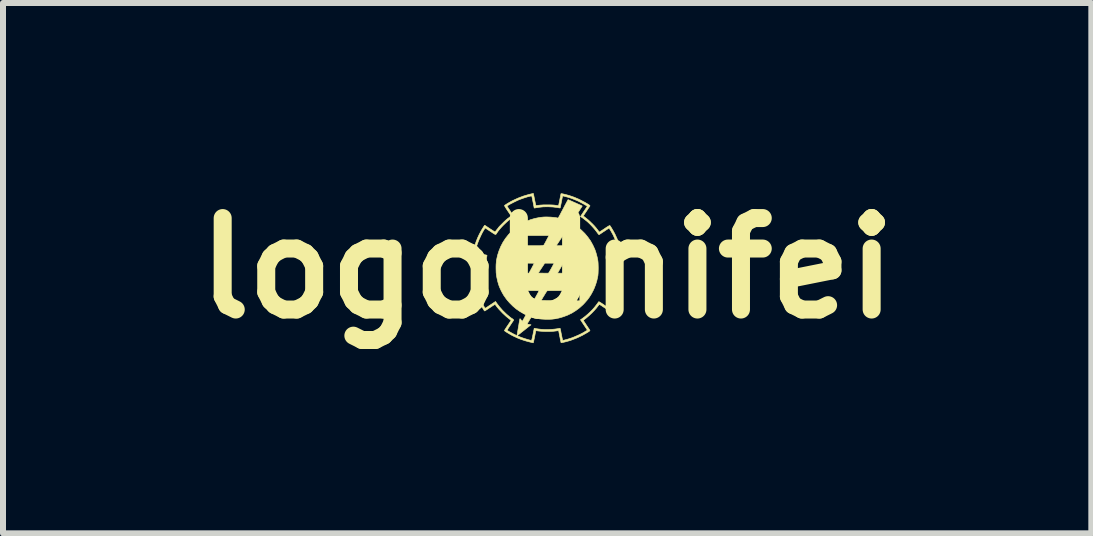
<source format=kicad_pcb>
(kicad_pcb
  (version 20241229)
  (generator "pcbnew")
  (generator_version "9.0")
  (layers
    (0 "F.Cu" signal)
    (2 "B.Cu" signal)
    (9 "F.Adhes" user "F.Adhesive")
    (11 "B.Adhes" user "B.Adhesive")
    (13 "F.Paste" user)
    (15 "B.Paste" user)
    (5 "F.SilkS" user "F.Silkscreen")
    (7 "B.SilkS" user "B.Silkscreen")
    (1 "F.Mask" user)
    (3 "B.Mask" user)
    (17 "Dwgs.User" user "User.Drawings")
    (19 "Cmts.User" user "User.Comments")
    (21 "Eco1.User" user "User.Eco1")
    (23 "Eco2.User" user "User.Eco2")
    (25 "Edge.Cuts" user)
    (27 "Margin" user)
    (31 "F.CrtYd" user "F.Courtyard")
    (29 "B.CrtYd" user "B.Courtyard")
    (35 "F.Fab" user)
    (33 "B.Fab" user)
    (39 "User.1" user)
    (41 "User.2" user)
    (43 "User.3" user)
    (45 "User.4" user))
  (footprint "logoUnifei"
    (layer "F.Cu")
    (at 6.067 1.418)
    (property "Reference" "logoUnifei" (at 0 0 0) (layer "F.SilkS") (effects (font (size 1.524 1.524) (thickness 0.3))))
    (attr through_hole)
    (fp_poly (pts (xy -0.21 -1.147) (xy -0.205 -1.121) (xy -0.2 -1.097) (xy -0.196 -1.077) (xy -0.192 -1.061) (xy -0.19 -1.05) (xy -0.189 -1.045) (xy -0.189 -1.045) (xy -0.184 -1.043) (xy -0.173 -1.044) (xy -0.155 -1.046) (xy -0.145 -1.047) (xy -0.122 -1.05) (xy -0.093 -1.052) (xy -0.061 -1.054) (xy -0.025 -1.054) (xy 0.011 -1.054) (xy 0.047 -1.054) (xy 0.081 -1.053) (xy 0.112 -1.051) (xy 0.138 -1.048) (xy 0.143 -1.047) (xy 0.16 -1.045) (xy 0.175 -1.043) (xy 0.185 -1.042) (xy 0.19 -1.042) (xy 0.19 -1.042) (xy 0.191 -1.046) (xy 0.193 -1.056) (xy 0.196 -1.071) (xy 0.2 -1.09) (xy 0.205 -1.113) (xy 0.21 -1.139) (xy 0.21 -1.139) (xy 0.215 -1.165) (xy 0.22 -1.188) (xy 0.224 -1.208) (xy 0.227 -1.224) (xy 0.229 -1.235) (xy 0.23 -1.24) (xy 0.23 -1.24) (xy 0.233 -1.241) (xy 0.241 -1.241) (xy 0.254 -1.239) (xy 0.264 -1.237) (xy 0.301 -1.228) (xy 0.336 -1.219) (xy 0.369 -1.21) (xy 0.403 -1.198) (xy 0.441 -1.185) (xy 0.473 -1.172) (xy 0.496 -1.162) (xy 0.522 -1.151) (xy 0.549 -1.138) (xy 0.576 -1.124) (xy 0.602 -1.11) (xy 0.628 -1.097) (xy 0.651 -1.083) (xy 0.672 -1.071) (xy 0.69 -1.06) (xy 0.703 -1.05) (xy 0.711 -1.043) (xy 0.713 -1.038) (xy 0.713 -1.038) (xy 0.711 -1.034) (xy 0.705 -1.025) (xy 0.696 -1.011) (xy 0.684 -0.994) (xy 0.671 -0.974) (xy 0.657 -0.952) (xy 0.656 -0.951) (xy 0.601 -0.869) (xy 0.611 -0.862) (xy 0.647 -0.834) (xy 0.685 -0.803) (xy 0.721 -0.77) (xy 0.74 -0.751) (xy 0.758 -0.734) (xy 0.772 -0.719) (xy 0.784 -0.707) (xy 0.794 -0.695) (xy 0.805 -0.683) (xy 0.816 -0.67) (xy 0.828 -0.654) (xy 0.843 -0.635) (xy 0.861 -0.611) (xy 0.87 -0.601) (xy 0.955 -0.657) (xy 0.982 -0.676) (xy 1.004 -0.69) (xy 1.021 -0.7) (xy 1.033 -0.707) (xy 1.04 -0.71) (xy 1.044 -0.71) (xy 1.044 -0.71) (xy 1.049 -0.705) (xy 1.056 -0.694) (xy 1.066 -0.679) (xy 1.077 -0.661) (xy 1.089 -0.64) (xy 1.102 -0.619) (xy 1.113 -0.598) (xy 1.124 -0.578) (xy 1.128 -0.571) (xy 1.165 -0.49) (xy 1.197 -0.405) (xy 1.224 -0.319) (xy 1.243 -0.241) (xy 1.245 -0.23) (xy 1.146 -0.211) (xy 1.12 -0.206) (xy 1.096 -0.201) (xy 1.076 -0.196) (xy 1.06 -0.193) (xy 1.049 -0.19) (xy 1.044 -0.189) (xy 1.044 -0.189) (xy 1.043 -0.184) (xy 1.044 -0.174) (xy 1.045 -0.16) (xy 1.047 -0.145) (xy 1.05 -0.123) (xy 1.052 -0.095) (xy 1.053 -0.063) (xy 1.054 -0.029) (xy 1.054 0.007) (xy 1.054 0.043) (xy 1.053 0.076) (xy 1.051 0.107) (xy 1.049 0.133) (xy 1.047 0.143) (xy 1.045 0.16) (xy 1.044 0.174) (xy 1.043 0.184) (xy 1.044 0.189) (xy 1.044 0.189) (xy 1.048 0.19) (xy 1.058 0.193) (xy 1.074 0.196) (xy 1.094 0.2) (xy 1.117 0.205) (xy 1.143 0.21) (xy 1.146 0.211) (xy 1.175 0.217) (xy 1.197 0.221) (xy 1.215 0.225) (xy 1.227 0.228) (xy 1.235 0.23) (xy 1.24 0.232) (xy 1.242 0.234) (xy 1.243 0.236) (xy 1.243 0.238) (xy 1.22 0.33) (xy 1.193 0.418) (xy 1.16 0.503) (xy 1.12 0.584) (xy 1.085 0.648) (xy 1.074 0.666) (xy 1.064 0.682) (xy 1.055 0.696) (xy 1.049 0.705) (xy 1.047 0.709) (xy 1.045 0.711) (xy 1.042 0.712) (xy 1.039 0.711) (xy 1.033 0.709) (xy 1.024 0.704) (xy 1.013 0.696) (xy 0.997 0.686) (xy 0.976 0.672) (xy 0.956 0.659) (xy 0.934 0.645) (xy 0.914 0.631) (xy 0.897 0.62) (xy 0.883 0.611) (xy 0.874 0.605) (xy 0.87 0.602) (xy 0.87 0.602) (xy 0.867 0.605) (xy 0.861 0.612) (xy 0.854 0.621) (xy 0.822 0.663) (xy 0.785 0.705) (xy 0.744 0.748) (xy 0.7 0.789) (xy 0.655 0.828) (xy 0.611 0.862) (xy 0.601 0.869) (xy 0.656 0.952) (xy 0.671 0.974) (xy 0.684 0.994) (xy 0.696 1.011) (xy 0.705 1.025) (xy 0.711 1.035) (xy 0.713 1.039) (xy 0.713 1.039) (xy 0.711 1.043) (xy 0.703 1.05) (xy 0.689 1.06) (xy 0.669 1.073) (xy 0.665 1.075) (xy 0.584 1.121) (xy 0.5 1.161) (xy 0.413 1.195) (xy 0.386 1.205) (xy 0.366 1.211) (xy 0.345 1.217) (xy 0.322 1.223) (xy 0.3 1.229) (xy 0.279 1.234) (xy 0.261 1.238) (xy 0.246 1.241) (xy 0.236 1.242) (xy 0.232 1.242) (xy 0.23 1.238) (xy 0.228 1.227) (xy 0.225 1.212) (xy 0.22 1.192) (xy 0.216 1.169) (xy 0.211 1.143) (xy 0.21 1.14) (xy 0.191 1.041) (xy 0.176 1.043) (xy 0.137 1.048) (xy 0.102 1.052) (xy 0.068 1.054) (xy 0.032 1.055) (xy -0.007 1.055) (xy -0.025 1.055) (xy -0.059 1.054) (xy -0.09 1.052) (xy -0.117 1.05) (xy -0.139 1.048) (xy -0.148 1.047) (xy -0.167 1.044) (xy -0.181 1.043) (xy -0.188 1.044) (xy -0.188 1.044) (xy -0.19 1.049) (xy -0.192 1.059) (xy -0.195 1.075) (xy -0.2 1.095) (xy -0.204 1.119) (xy -0.21 1.144) (xy -0.21 1.146) (xy -0.215 1.172) (xy -0.22 1.195) (xy -0.224 1.215) (xy -0.228 1.23) (xy -0.23 1.24) (xy -0.232 1.244) (xy -0.232 1.244) (xy -0.237 1.243) (xy -0.241 1.242) (xy -0.3 1.228) (xy -0.352 1.214) (xy -0.4 1.199) (xy -0.446 1.183) (xy -0.474 1.172) (xy -0.489 1.166) (xy -0.503 1.16) (xy -0.512 1.156) (xy -0.516 1.155) (xy -0.522 1.152) (xy -0.523 1.15) (xy -0.525 1.147) (xy -0.528 1.147) (xy -0.535 1.145) (xy -0.547 1.14) (xy -0.562 1.132) (xy -0.58 1.123) (xy -0.601 1.112) (xy -0.622 1.1) (xy -0.642 1.088) (xy -0.662 1.076) (xy -0.68 1.065) (xy -0.695 1.055) (xy -0.706 1.047) (xy -0.712 1.041) (xy -0.712 1.04) (xy -0.71 1.036) (xy -0.705 1.027) (xy -0.696 1.013) (xy -0.685 0.996) (xy -0.672 0.976) (xy -0.657 0.955) (xy -0.656 0.953) (xy -0.601 0.87) (xy -0.611 0.862) (xy -0.679 0.808) (xy -0.744 0.748) (xy -0.806 0.682) (xy -0.836 0.646) (xy -0.841 0.639) (xy -0.849 0.628) (xy -0.855 0.62) (xy -0.862 0.611) (xy -0.867 0.604) (xy -0.869 0.602) (xy -0.873 0.604) (xy -0.881 0.61) (xy -0.894 0.618) (xy -0.911 0.629) (xy -0.93 0.642) (xy -0.952 0.656) (xy -0.953 0.657) (xy -0.975 0.671) (xy -0.995 0.685) (xy -1.012 0.696) (xy -1.026 0.705) (xy -1.035 0.711) (xy -1.039 0.713) (xy -1.039 0.713) (xy -1.044 0.712) (xy -1.05 0.705) (xy -1.051 0.703) (xy -1.056 0.696) (xy -1.063 0.683) (xy -1.073 0.668) (xy -1.083 0.652) (xy -1.083 0.652) (xy -1.115 0.595) (xy -1.145 0.535) (xy -1.173 0.471) (xy -1.198 0.406) (xy -1.218 0.341) (xy -1.235 0.278) (xy -1.239 0.259) (xy -1.203 0.259) (xy -1.203 0.263) (xy -1.201 0.273) (xy -1.198 0.288) (xy -1.193 0.306) (xy -1.188 0.326) (xy -1.182 0.348) (xy -1.175 0.369) (xy -1.169 0.389) (xy -1.165 0.401) (xy -1.145 0.454) (xy -1.121 0.509) (xy -1.095 0.563) (xy -1.067 0.615) (xy -1.038 0.662) (xy -1.038 0.663) (xy -1.036 0.665) (xy -1.034 0.666) (xy -1.031 0.666) (xy -1.026 0.664) (xy -1.018 0.66) (xy -1.007 0.653) (xy -0.992 0.643) (xy -0.973 0.63) (xy -0.948 0.614) (xy -0.947 0.613) (xy -0.86 0.555) (xy -0.84 0.585) (xy -0.793 0.646) (xy -0.744 0.702) (xy -0.69 0.755) (xy -0.662 0.78) (xy -0.645 0.794) (xy -0.632 0.805) (xy -0.623 0.813) (xy -0.615 0.819) (xy -0.607 0.825) (xy -0.598 0.832) (xy -0.586 0.839) (xy -0.583 0.841) (xy -0.57 0.851) (xy -0.561 0.859) (xy -0.558 0.864) (xy -0.558 0.865) (xy -0.56 0.869) (xy -0.566 0.878) (xy -0.575 0.892) (xy -0.587 0.909) (xy -0.6 0.929) (xy -0.614 0.95) (xy -0.628 0.971) (xy -0.641 0.991) (xy -0.652 1.008) (xy -0.66 1.021) (xy -0.666 1.03) (xy -0.668 1.033) (xy -0.665 1.037) (xy -0.656 1.043) (xy -0.644 1.051) (xy -0.628 1.06) (xy -0.609 1.07) (xy -0.59 1.081) (xy -0.57 1.092) (xy -0.551 1.101) (xy -0.534 1.11) (xy -0.52 1.117) (xy -0.509 1.121) (xy -0.504 1.122) (xy -0.503 1.122) (xy -0.502 1.118) (xy -0.5 1.108) (xy -0.498 1.092) (xy -0.494 1.071) (xy -0.49 1.046) (xy -0.485 1.018) (xy -0.48 0.988) (xy -0.479 0.981) (xy -0.473 0.95) (xy -0.469 0.922) (xy -0.464 0.896) (xy -0.46 0.875) (xy -0.457 0.858) (xy -0.455 0.847) (xy -0.453 0.842) (xy -0.453 0.842) (xy -0.45 0.844) (xy -0.444 0.851) (xy -0.435 0.861) (xy -0.434 0.864) (xy -0.425 0.874) (xy -0.418 0.882) (xy -0.414 0.885) (xy -0.414 0.885) (xy -0.412 0.882) (xy -0.407 0.874) (xy -0.4 0.862) (xy -0.391 0.848) (xy -0.383 0.832) (xy -0.374 0.817) (xy -0.367 0.802) (xy -0.361 0.791) (xy -0.357 0.783) (xy -0.356 0.781) (xy -0.359 0.778) (xy -0.367 0.772) (xy -0.378 0.765) (xy -0.383 0.763) (xy -0.45 0.725) (xy -0.514 0.681) (xy -0.573 0.631) (xy -0.628 0.576) (xy -0.658 0.541) (xy -0.537 0.541) (xy -0.536 0.542) (xy -0.531 0.542) (xy -0.523 0.543) (xy -0.511 0.543) (xy -0.494 0.544) (xy -0.472 0.544) (xy -0.445 0.544) (xy -0.411 0.544) (xy -0.383 0.543) (xy -0.225 0.542) (xy -0.225 0.542) (xy -0.102 0.542) (xy -0.098 0.542) (xy -0.088 0.543) (xy -0.071 0.543) (xy -0.049 0.543) (xy -0.022 0.544) (xy 0.01 0.544) (xy 0.047 0.544) (xy 0.087 0.544) (xy 0.13 0.544) (xy 0.175 0.544) (xy 0.221 0.544) (xy 0.544 0.544) (xy 0.544 0.374) (xy 0.274 0.374) (xy 0.224 0.374) (xy 0.179 0.374) (xy 0.142 0.374) (xy 0.11 0.374) (xy 0.083 0.374) (xy 0.061 0.374) (xy 0.043 0.375) (xy 0.029 0.375) (xy 0.018 0.376) (xy 0.01 0.376) (xy 0.005 0.377) (xy 0.001 0.378) (xy -0.001 0.379) (xy -0.003 0.38) (xy -0.006 0.384) (xy -0.013 0.394) (xy -0.021 0.407) (xy -0.032 0.424) (xy -0.043 0.442) (xy -0.055 0.462) (xy -0.067 0.481) (xy -0.078 0.5) (xy -0.087 0.516) (xy -0.095 0.529) (xy -0.1 0.538) (xy -0.102 0.542) (xy -0.225 0.542) (xy -0.18 0.461) (xy -0.168 0.439) (xy -0.157 0.419) (xy -0.148 0.401) (xy -0.142 0.388) (xy -0.138 0.379) (xy -0.137 0.376) (xy -0.141 0.376) (xy -0.151 0.375) (xy -0.166 0.375) (xy -0.187 0.374) (xy -0.21 0.374) (xy -0.237 0.374) (xy -0.243 0.374) (xy -0.348 0.374) (xy -0.373 0.394) (xy -0.386 0.406) (xy -0.398 0.416) (xy -0.408 0.425) (xy -0.41 0.427) (xy -0.417 0.433) (xy -0.428 0.443) (xy -0.442 0.455) (xy -0.459 0.47) (xy -0.476 0.485) (xy -0.477 0.486) (xy -0.494 0.501) (xy -0.51 0.515) (xy -0.522 0.526) (xy -0.532 0.535) (xy -0.537 0.539) (xy -0.537 0.539) (xy -0.537 0.541) (xy -0.658 0.541) (xy -0.679 0.516) (xy -0.724 0.452) (xy -0.725 0.451) (xy -0.738 0.428) (xy -0.753 0.401) (xy -0.768 0.372) (xy -0.782 0.342) (xy -0.794 0.315) (xy -0.802 0.294) (xy -0.812 0.264) (xy -0.822 0.229) (xy -0.831 0.191) (xy -0.839 0.154) (xy -0.845 0.119) (xy -0.847 0.103) (xy -0.85 0.076) (xy -0.851 0.043) (xy -0.852 0.008) (xy -0.852 -0.028) (xy -0.851 -0.063) (xy -0.848 -0.095) (xy -0.846 -0.123) (xy -0.844 -0.134) (xy -0.827 -0.213) (xy -0.803 -0.288) (xy -0.773 -0.361) (xy -0.737 -0.43) (xy -0.695 -0.495) (xy -0.656 -0.544) (xy -0.544 -0.544) (xy -0.544 0.539) (xy -0.53 0.513) (xy -0.526 0.505) (xy -0.518 0.49) (xy -0.508 0.471) (xy -0.495 0.448) (xy -0.482 0.422) (xy -0.467 0.394) (xy -0.451 0.365) (xy -0.446 0.356) (xy -0.376 0.223) (xy -0.374 0.153) (xy -0.373 0.083) (xy -0.339 0.084) (xy -0.324 0.084) (xy -0.312 0.083) (xy -0.304 0.083) (xy -0.302 0.082) (xy -0.302 0.082) (xy -0.149 0.082) (xy -0.072 0.083) (xy -0.048 0.084) (xy -0.026 0.084) (xy -0.008 0.084) (xy 0.006 0.084) (xy 0.015 0.084) (xy 0.016 0.083) (xy 0.021 0.082) (xy 0.174 0.082) (xy 0.178 0.083) (xy 0.188 0.084) (xy 0.205 0.084) (xy 0.228 0.084) (xy 0.257 0.084) (xy 0.291 0.084) (xy 0.313 0.084) (xy 0.314 0.08) (xy 0.314 0.07) (xy 0.315 0.055) (xy 0.315 0.036) (xy 0.316 0.014) (xy 0.316 0) (xy 0.316 -0.083) (xy 0.293 -0.083) (xy 0.27 -0.083) (xy 0.222 -0.002) (xy 0.209 0.02) (xy 0.198 0.04) (xy 0.188 0.057) (xy 0.18 0.07) (xy 0.176 0.079) (xy 0.174 0.082) (xy 0.021 0.082) (xy 0.021 0.082) (xy 0.025 0.079) (xy 0.03 0.073) (xy 0.036 0.063) (xy 0.044 0.049) (xy 0.053 0.033) (xy 0.065 0.012) (xy 0.077 -0.01) (xy 0.088 -0.03) (xy 0.097 -0.047) (xy 0.098 -0.05) (xy 0.117 -0.083) (xy -0.04 -0.083) (xy -0.149 0.082) (xy -0.302 0.082) (xy -0.3 0.078) (xy -0.295 0.069) (xy -0.287 0.055) (xy -0.278 0.037) (xy -0.267 0.017) (xy -0.257 -0.001) (xy -0.215 -0.082) (xy -0.294 -0.083) (xy -0.374 -0.084) (xy -0.374 -0.374) (xy -0.218 -0.374) (xy 0.152 -0.374) (xy 0.344 -0.374) (xy 0.346 -0.375) (xy 0.446 -0.375) (xy 0.45 -0.375) (xy 0.459 -0.374) (xy 0.473 -0.374) (xy 0.49 -0.374) (xy 0.495 -0.374) (xy 0.544 -0.374) (xy 0.544 -0.456) (xy 0.544 -0.479) (xy 0.544 -0.5) (xy 0.544 -0.517) (xy 0.543 -0.529) (xy 0.543 -0.536) (xy 0.542 -0.536) (xy 0.54 -0.533) (xy 0.535 -0.524) (xy 0.527 -0.511) (xy 0.517 -0.495) (xy 0.506 -0.477) (xy 0.495 -0.458) (xy 0.483 -0.438) (xy 0.472 -0.42) (xy 0.462 -0.403) (xy 0.455 -0.39) (xy 0.449 -0.38) (xy 0.446 -0.375) (xy 0.446 -0.375) (xy 0.346 -0.375) (xy 0.438 -0.454) (xy 0.46 -0.473) (xy 0.481 -0.491) (xy 0.5 -0.507) (xy 0.515 -0.52) (xy 0.527 -0.531) (xy 0.535 -0.537) (xy 0.537 -0.539) (xy 0.537 -0.541) (xy 0.535 -0.542) (xy 0.53 -0.542) (xy 0.521 -0.543) (xy 0.508 -0.544) (xy 0.49 -0.544) (xy 0.467 -0.544) (xy 0.437 -0.544) (xy 0.403 -0.544) (xy 0.263 -0.544) (xy 0.214 -0.469) (xy 0.2 -0.448) (xy 0.187 -0.428) (xy 0.175 -0.41) (xy 0.166 -0.397) (xy 0.16 -0.387) (xy 0.158 -0.384) (xy 0.152 -0.374) (xy -0.218 -0.374) (xy -0.179 -0.374) (xy -0.146 -0.374) (xy -0.119 -0.374) (xy -0.098 -0.375) (xy -0.083 -0.375) (xy -0.071 -0.376) (xy -0.064 -0.377) (xy -0.06 -0.378) (xy -0.059 -0.378) (xy -0.056 -0.383) (xy -0.051 -0.392) (xy -0.043 -0.406) (xy -0.034 -0.422) (xy -0.024 -0.441) (xy -0.013 -0.461) (xy -0.003 -0.481) (xy 0.007 -0.5) (xy 0.016 -0.516) (xy 0.023 -0.53) (xy 0.027 -0.539) (xy 0.029 -0.543) (xy 0.029 -0.543) (xy 0.025 -0.543) (xy 0.015 -0.543) (xy -0.001 -0.543) (xy -0.023 -0.544) (xy -0.05 -0.544) (xy -0.082 -0.544) (xy -0.118 -0.544) (xy -0.157 -0.544) (xy -0.198 -0.544) (xy -0.243 -0.544) (xy -0.258 -0.544) (xy -0.544 -0.544) (xy -0.656 -0.544) (xy -0.647 -0.556) (xy -0.593 -0.613) (xy -0.534 -0.665) (xy -0.484 -0.702) (xy -0.419 -0.743) (xy -0.352 -0.778) (xy -0.281 -0.806) (xy -0.207 -0.828) (xy -0.129 -0.844) (xy -0.087 -0.849) (xy -0.055 -0.852) (xy -0.017 -0.853) (xy 0.024 -0.852) (xy 0.065 -0.85) (xy 0.105 -0.846) (xy 0.143 -0.842) (xy 0.173 -0.836) (xy 0.175 -0.836) (xy 0.177 -0.835) (xy 0.179 -0.834) (xy 0.181 -0.835) (xy 0.183 -0.837) (xy 0.186 -0.841) (xy 0.19 -0.847) (xy 0.196 -0.856) (xy 0.203 -0.869) (xy 0.212 -0.885) (xy 0.223 -0.906) (xy 0.236 -0.932) (xy 0.253 -0.963) (xy 0.272 -1) (xy 0.274 -1.003) (xy 0.287 -1.029) (xy 0.3 -1.053) (xy 0.312 -1.075) (xy 0.322 -1.094) (xy 0.33 -1.109) (xy 0.336 -1.119) (xy 0.336 -1.12) (xy 0.348 -1.142) (xy 0.433 -1.104) (xy 0.458 -1.093) (xy 0.483 -1.082) (xy 0.507 -1.071) (xy 0.527 -1.062) (xy 0.543 -1.055) (xy 0.551 -1.052) (xy 0.565 -1.045) (xy 0.576 -1.04) (xy 0.583 -1.036) (xy 0.584 -1.034) (xy 0.582 -1.031) (xy 0.577 -1.022) (xy 0.568 -1.009) (xy 0.557 -0.992) (xy 0.544 -0.972) (xy 0.53 -0.95) (xy 0.527 -0.945) (xy 0.501 -0.905) (xy 0.478 -0.871) (xy 0.459 -0.842) (xy 0.444 -0.819) (xy 0.431 -0.799) (xy 0.421 -0.784) (xy 0.414 -0.772) (xy 0.408 -0.763) (xy 0.405 -0.758) (xy 0.403 -0.755) (xy 0.403 -0.754) (xy 0.407 -0.751) (xy 0.415 -0.746) (xy 0.427 -0.738) (xy 0.442 -0.729) (xy 0.448 -0.726) (xy 0.512 -0.682) (xy 0.572 -0.632) (xy 0.627 -0.578) (xy 0.677 -0.518) (xy 0.722 -0.455) (xy 0.76 -0.387) (xy 0.793 -0.316) (xy 0.797 -0.305) (xy 0.81 -0.268) (xy 0.822 -0.227) (xy 0.833 -0.184) (xy 0.842 -0.141) (xy 0.844 -0.129) (xy 0.847 -0.107) (xy 0.849 -0.08) (xy 0.85 -0.049) (xy 0.851 -0.016) (xy 0.851 0.018) (xy 0.85 0.051) (xy 0.849 0.082) (xy 0.847 0.109) (xy 0.845 0.131) (xy 0.844 0.132) (xy 0.829 0.203) (xy 0.809 0.27) (xy 0.784 0.335) (xy 0.767 0.372) (xy 0.737 0.429) (xy 0.705 0.48) (xy 0.669 0.529) (xy 0.628 0.576) (xy 0.596 0.61) (xy 0.538 0.662) (xy 0.476 0.708) (xy 0.41 0.749) (xy 0.34 0.783) (xy 0.268 0.81) (xy 0.192 0.832) (xy 0.114 0.846) (xy 0.091 0.849) (xy 0.066 0.851) (xy 0.036 0.852) (xy 0.003 0.852) (xy -0.032 0.852) (xy -0.066 0.85) (xy -0.099 0.848) (xy -0.127 0.845) (xy -0.142 0.842) (xy -0.161 0.839) (xy -0.182 0.834) (xy -0.204 0.829) (xy -0.225 0.824) (xy -0.242 0.82) (xy -0.255 0.816) (xy -0.258 0.815) (xy -0.261 0.815) (xy -0.265 0.819) (xy -0.271 0.826) (xy -0.279 0.838) (xy -0.29 0.855) (xy -0.299 0.871) (xy -0.31 0.889) (xy -0.32 0.906) (xy -0.327 0.919) (xy -0.331 0.927) (xy -0.333 0.931) (xy -0.333 0.931) (xy -0.329 0.932) (xy -0.319 0.935) (xy -0.306 0.937) (xy -0.3 0.938) (xy -0.269 0.944) (xy -0.295 0.964) (xy -0.308 0.974) (xy -0.324 0.987) (xy -0.343 1.002) (xy -0.361 1.016) (xy -0.363 1.018) (xy -0.382 1.033) (xy -0.404 1.05) (xy -0.427 1.068) (xy -0.448 1.085) (xy -0.45 1.087) (xy -0.465 1.099) (xy -0.479 1.109) (xy -0.489 1.118) (xy -0.495 1.122) (xy -0.497 1.124) (xy -0.497 1.125) (xy -0.495 1.127) (xy -0.489 1.13) (xy -0.478 1.135) (xy -0.462 1.142) (xy -0.46 1.143) (xy -0.437 1.152) (xy -0.412 1.161) (xy -0.386 1.17) (xy -0.36 1.178) (xy -0.335 1.186) (xy -0.311 1.193) (xy -0.291 1.198) (xy -0.275 1.202) (xy -0.264 1.203) (xy -0.261 1.203) (xy -0.259 1.201) (xy -0.257 1.195) (xy -0.254 1.184) (xy -0.25 1.167) (xy -0.245 1.145) (xy -0.239 1.116) (xy -0.236 1.103) (xy -0.231 1.077) (xy -0.227 1.054) (xy -0.222 1.034) (xy -0.219 1.018) (xy -0.217 1.007) (xy -0.216 1.002) (xy -0.216 1.002) (xy -0.212 1.003) (xy -0.203 1.004) (xy -0.191 1.006) (xy -0.19 1.007) (xy -0.143 1.014) (xy -0.092 1.02) (xy -0.036 1.023) (xy 0.02 1.023) (xy 0.077 1.02) (xy 0.131 1.015) (xy 0.182 1.008) (xy 0.188 1.007) (xy 0.201 1.004) (xy 0.211 1.003) (xy 0.216 1.003) (xy 0.216 1.003) (xy 0.217 1.006) (xy 0.219 1.016) (xy 0.223 1.031) (xy 0.227 1.051) (xy 0.231 1.074) (xy 0.236 1.099) (xy 0.237 1.102) (xy 0.242 1.128) (xy 0.247 1.152) (xy 0.251 1.172) (xy 0.255 1.188) (xy 0.257 1.198) (xy 0.258 1.203) (xy 0.258 1.203) (xy 0.263 1.203) (xy 0.273 1.201) (xy 0.288 1.198) (xy 0.306 1.193) (xy 0.327 1.188) (xy 0.35 1.181) (xy 0.372 1.174) (xy 0.381 1.171) (xy 0.412 1.161) (xy 0.445 1.148) (xy 0.48 1.133) (xy 0.515 1.118) (xy 0.549 1.102) (xy 0.58 1.086) (xy 0.607 1.072) (xy 0.629 1.058) (xy 0.634 1.055) (xy 0.643 1.049) (xy 0.649 1.046) (xy 0.651 1.045) (xy 0.656 1.043) (xy 0.662 1.039) (xy 0.671 1.034) (xy 0.555 0.86) (xy 0.585 0.84) (xy 0.634 0.803) (xy 0.683 0.761) (xy 0.718 0.728) (xy 0.737 0.709) (xy 0.754 0.692) (xy 0.769 0.675) (xy 0.785 0.657) (xy 0.801 0.637) (xy 0.819 0.614) (xy 0.839 0.587) (xy 0.857 0.561) (xy 0.859 0.56) (xy 0.862 0.56) (xy 0.866 0.561) (xy 0.873 0.564) (xy 0.883 0.57) (xy 0.896 0.578) (xy 0.914 0.59) (xy 0.937 0.605) (xy 0.948 0.613) (xy 1.034 0.67) (xy 1.054 0.639) (xy 1.075 0.601) (xy 1.098 0.558) (xy 1.12 0.513) (xy 1.14 0.466) (xy 1.158 0.421) (xy 1.168 0.393) (xy 1.175 0.371) (xy 1.182 0.347) (xy 1.189 0.325) (xy 1.194 0.304) (xy 1.199 0.285) (xy 1.202 0.271) (xy 1.203 0.261) (xy 1.202 0.258) (xy 1.198 0.256) (xy 1.188 0.254) (xy 1.172 0.25) (xy 1.152 0.246) (xy 1.129 0.242) (xy 1.103 0.236) (xy 1.1 0.236) (xy 1.075 0.231) (xy 1.051 0.226) (xy 1.032 0.222) (xy 1.016 0.218) (xy 1.006 0.216) (xy 1.002 0.215) (xy 1.002 0.214) (xy 1.002 0.21) (xy 1.004 0.201) (xy 1.005 0.197) (xy 1.011 0.166) (xy 1.016 0.128) (xy 1.02 0.086) (xy 1.022 0.04) (xy 1.022 0.03) (xy 1.023 -0.028) (xy 1.02 -0.082) (xy 1.015 -0.134) (xy 1.007 -0.186) (xy 1.003 -0.205) (xy 1.001 -0.216) (xy 1.1 -0.236) (xy 1.126 -0.241) (xy 1.15 -0.246) (xy 1.17 -0.25) (xy 1.186 -0.253) (xy 1.197 -0.256) (xy 1.202 -0.257) (xy 1.202 -0.257) (xy 1.202 -0.262) (xy 1.2 -0.272) (xy 1.197 -0.287) (xy 1.192 -0.305) (xy 1.187 -0.326) (xy 1.18 -0.348) (xy 1.174 -0.37) (xy 1.167 -0.391) (xy 1.165 -0.397) (xy 1.151 -0.435) (xy 1.135 -0.474) (xy 1.117 -0.513) (xy 1.101 -0.549) (xy 1.092 -0.566) (xy 1.083 -0.582) (xy 1.073 -0.6) (xy 1.063 -0.618) (xy 1.053 -0.634) (xy 1.044 -0.649) (xy 1.038 -0.66) (xy 1.033 -0.666) (xy 1.032 -0.668) (xy 1.028 -0.666) (xy 1.02 -0.66) (xy 1.007 -0.652) (xy 0.99 -0.641) (xy 0.971 -0.628) (xy 0.95 -0.614) (xy 0.928 -0.6) (xy 0.908 -0.586) (xy 0.891 -0.575) (xy 0.878 -0.566) (xy 0.869 -0.56) (xy 0.865 -0.558) (xy 0.861 -0.559) (xy 0.854 -0.567) (xy 0.844 -0.579) (xy 0.84 -0.585) (xy 0.814 -0.62) (xy 0.785 -0.656) (xy 0.752 -0.693) (xy 0.719 -0.728) (xy 0.687 -0.759) (xy 0.682 -0.764) (xy 0.67 -0.774) (xy 0.655 -0.787) (xy 0.637 -0.801) (xy 0.619 -0.815) (xy 0.601 -0.829) (xy 0.586 -0.84) (xy 0.575 -0.847) (xy 0.574 -0.848) (xy 0.555 -0.86) (xy 0.612 -0.946) (xy 0.669 -1.031) (xy 0.66 -1.038) (xy 0.652 -1.043) (xy 0.639 -1.051) (xy 0.622 -1.061) (xy 0.602 -1.072) (xy 0.582 -1.083) (xy 0.562 -1.094) (xy 0.544 -1.103) (xy 0.535 -1.108) (xy 0.502 -1.124) (xy 0.465 -1.139) (xy 0.428 -1.154) (xy 0.393 -1.167) (xy 0.388 -1.168) (xy 0.372 -1.174) (xy 0.354 -1.179) (xy 0.334 -1.185) (xy 0.314 -1.19) (xy 0.296 -1.195) (xy 0.28 -1.199) (xy 0.267 -1.202) (xy 0.26 -1.203) (xy 0.258 -1.203) (xy 0.257 -1.199) (xy 0.255 -1.189) (xy 0.251 -1.174) (xy 0.247 -1.154) (xy 0.243 -1.131) (xy 0.237 -1.105) (xy 0.237 -1.102) (xy 0.232 -1.077) (xy 0.227 -1.053) (xy 0.223 -1.033) (xy 0.22 -1.018) (xy 0.217 -1.007) (xy 0.216 -1.003) (xy 0.216 -1.003) (xy 0.213 -1.003) (xy 0.203 -1.004) (xy 0.19 -1.006) (xy 0.176 -1.009) (xy 0.098 -1.019) (xy 0.018 -1.023) (xy -0.061 -1.022) (xy -0.138 -1.014) (xy -0.175 -1.008) (xy -0.191 -1.005) (xy -0.204 -1.003) (xy -0.213 -1.002) (xy -0.216 -1.002) (xy -0.217 -1.006) (xy -0.219 -1.016) (xy -0.222 -1.031) (xy -0.226 -1.051) (xy -0.23 -1.074) (xy -0.235 -1.099) (xy -0.236 -1.101) (xy -0.241 -1.127) (xy -0.246 -1.15) (xy -0.25 -1.171) (xy -0.253 -1.187) (xy -0.256 -1.197) (xy -0.257 -1.202) (xy -0.258 -1.202) (xy -0.263 -1.203) (xy -0.273 -1.201) (xy -0.289 -1.198) (xy -0.309 -1.193) (xy -0.332 -1.187) (xy -0.356 -1.179) (xy -0.382 -1.171) (xy -0.408 -1.162) (xy -0.433 -1.153) (xy -0.456 -1.145) (xy -0.475 -1.137) (xy -0.498 -1.127) (xy -0.522 -1.115) (xy -0.547 -1.103) (xy -0.571 -1.091) (xy -0.595 -1.078) (xy -0.617 -1.067) (xy -0.636 -1.056) (xy -0.651 -1.047) (xy -0.662 -1.039) (xy -0.667 -1.035) (xy -0.668 -1.033) (xy -0.666 -1.03) (xy -0.66 -1.021) (xy -0.652 -1.007) (xy -0.641 -0.991) (xy -0.628 -0.971) (xy -0.614 -0.95) (xy -0.6 -0.928) (xy -0.586 -0.908) (xy -0.575 -0.891) (xy -0.566 -0.878) (xy -0.56 -0.869) (xy -0.558 -0.865) (xy -0.559 -0.861) (xy -0.567 -0.854) (xy -0.579 -0.844) (xy -0.592 -0.834) (xy -0.632 -0.805) (xy -0.668 -0.775) (xy -0.703 -0.742) (xy -0.733 -0.713) (xy -0.764 -0.68) (xy -0.792 -0.648) (xy -0.816 -0.618) (xy -0.835 -0.591) (xy -0.837 -0.588) (xy -0.843 -0.578) (xy -0.848 -0.57) (xy -0.853 -0.565) (xy -0.858 -0.562) (xy -0.864 -0.562) (xy -0.872 -0.565) (xy -0.882 -0.571) (xy -0.897 -0.58) (xy -0.915 -0.592) (xy -0.939 -0.608) (xy -0.947 -0.613) (xy -1.033 -0.67) (xy -1.046 -0.65) (xy -1.077 -0.598) (xy -1.106 -0.54) (xy -1.134 -0.478) (xy -1.159 -0.415) (xy -1.181 -0.351) (xy -1.192 -0.31) (xy -1.197 -0.292) (xy -1.2 -0.276) (xy -1.202 -0.265) (xy -1.203 -0.259) (xy -1.202 -0.258) (xy -1.198 -0.256) (xy -1.188 -0.254) (xy -1.172 -0.25) (xy -1.152 -0.246) (xy -1.129 -0.242) (xy -1.103 -0.236) (xy -1.1 -0.236) (xy -1.071 -0.23) (xy -1.048 -0.226) (xy -1.031 -0.222) (xy -1.019 -0.219) (xy -1.01 -0.217) (xy -1.006 -0.215) (xy -1.003 -0.213) (xy -1.003 -0.211) (xy -1.003 -0.208) (xy -1.003 -0.208) (xy -1.008 -0.183) (xy -1.013 -0.151) (xy -1.017 -0.115) (xy -1.02 -0.077) (xy -1.022 -0.037) (xy -1.022 -0.029) (xy -1.023 0.015) (xy -1.022 0.055) (xy -1.02 0.092) (xy -1.016 0.128) (xy -1.01 0.167) (xy -1.009 0.176) (xy -1.006 0.192) (xy -1.004 0.205) (xy -1.003 0.213) (xy -1.003 0.216) (xy -1.006 0.217) (xy -1.016 0.219) (xy -1.031 0.222) (xy -1.051 0.226) (xy -1.074 0.231) (xy -1.099 0.236) (xy -1.102 0.237) (xy -1.128 0.242) (xy -1.152 0.247) (xy -1.172 0.251) (xy -1.188 0.255) (xy -1.198 0.257) (xy -1.203 0.259) (xy -1.203 0.259) (xy -1.239 0.259) (xy -1.242 0.241) (xy -1.244 0.23) (xy -1.143 0.21) (xy -1.112 0.204) (xy -1.088 0.199) (xy -1.069 0.195) (xy -1.056 0.192) (xy -1.047 0.189) (xy -1.043 0.187) (xy -1.041 0.185) (xy -1.042 0.179) (xy -1.044 0.168) (xy -1.046 0.154) (xy -1.047 0.145) (xy -1.05 0.121) (xy -1.053 0.091) (xy -1.054 0.057) (xy -1.055 0.022) (xy -1.055 -0.015) (xy -1.054 -0.05) (xy -1.053 -0.083) (xy -1.05 -0.111) (xy -1.05 -0.112) (xy -1.048 -0.133) (xy -1.046 -0.151) (xy -1.045 -0.166) (xy -1.044 -0.177) (xy -1.044 -0.179) (xy -1.043 -0.19) (xy -1.144 -0.21) (xy -1.244 -0.23) (xy -1.242 -0.241) (xy -1.232 -0.289) (xy -1.218 -0.341) (xy -1.2 -0.396) (xy -1.181 -0.45) (xy -1.159 -0.504) (xy -1.136 -0.554) (xy -1.126 -0.574) (xy -1.113 -0.598) (xy -1.1 -0.622) (xy -1.086 -0.646) (xy -1.073 -0.667) (xy -1.061 -0.686) (xy -1.052 -0.7) (xy -1.048 -0.705) (xy -1.04 -0.715) (xy -0.955 -0.658) (xy -0.93 -0.642) (xy -0.91 -0.629) (xy -0.895 -0.619) (xy -0.884 -0.612) (xy -0.877 -0.608) (xy -0.871 -0.606) (xy -0.868 -0.606) (xy -0.866 -0.607) (xy -0.864 -0.609) (xy -0.853 -0.622) (xy -0.842 -0.637) (xy -0.829 -0.653) (xy -0.818 -0.667) (xy -0.809 -0.679) (xy -0.803 -0.687) (xy -0.802 -0.688) (xy -0.795 -0.695) (xy -0.784 -0.707) (xy -0.77 -0.721) (xy -0.754 -0.737) (xy -0.737 -0.754) (xy -0.72 -0.771) (xy -0.704 -0.786) (xy -0.69 -0.799) (xy -0.679 -0.809) (xy -0.673 -0.814) (xy -0.663 -0.822) (xy -0.65 -0.832) (xy -0.635 -0.842) (xy -0.63 -0.847) (xy -0.618 -0.856) (xy -0.609 -0.864) (xy -0.603 -0.869) (xy -0.602 -0.87) (xy -0.604 -0.874) (xy -0.61 -0.882) (xy -0.618 -0.896) (xy -0.629 -0.913) (xy -0.642 -0.932) (xy -0.657 -0.954) (xy -0.658 -0.956) (xy -0.676 -0.982) (xy -0.689 -1.003) (xy -0.699 -1.019) (xy -0.706 -1.031) (xy -0.71 -1.039) (xy -0.711 -1.043) (xy -0.71 -1.044) (xy -0.705 -1.049) (xy -0.694 -1.056) (xy -0.679 -1.066) (xy -0.661 -1.077) (xy -0.641 -1.089) (xy -0.62 -1.101) (xy -0.599 -1.113) (xy -0.58 -1.123) (xy -0.568 -1.129) (xy -0.483 -1.168) (xy -0.396 -1.201) (xy -0.308 -1.227) (xy -0.241 -1.243) (xy -0.23 -1.245) (xy -0.21 -1.147)) (stroke (width 0.01) (type solid)) (fill yes) (layer "F.SilkS")))
  (gr_rect
    (start -3 -3)
    (end 15.134 5.836)
    (stroke (width 0.1) (type default))
    (fill no)
    (layer "Edge.Cuts")))
</source>
